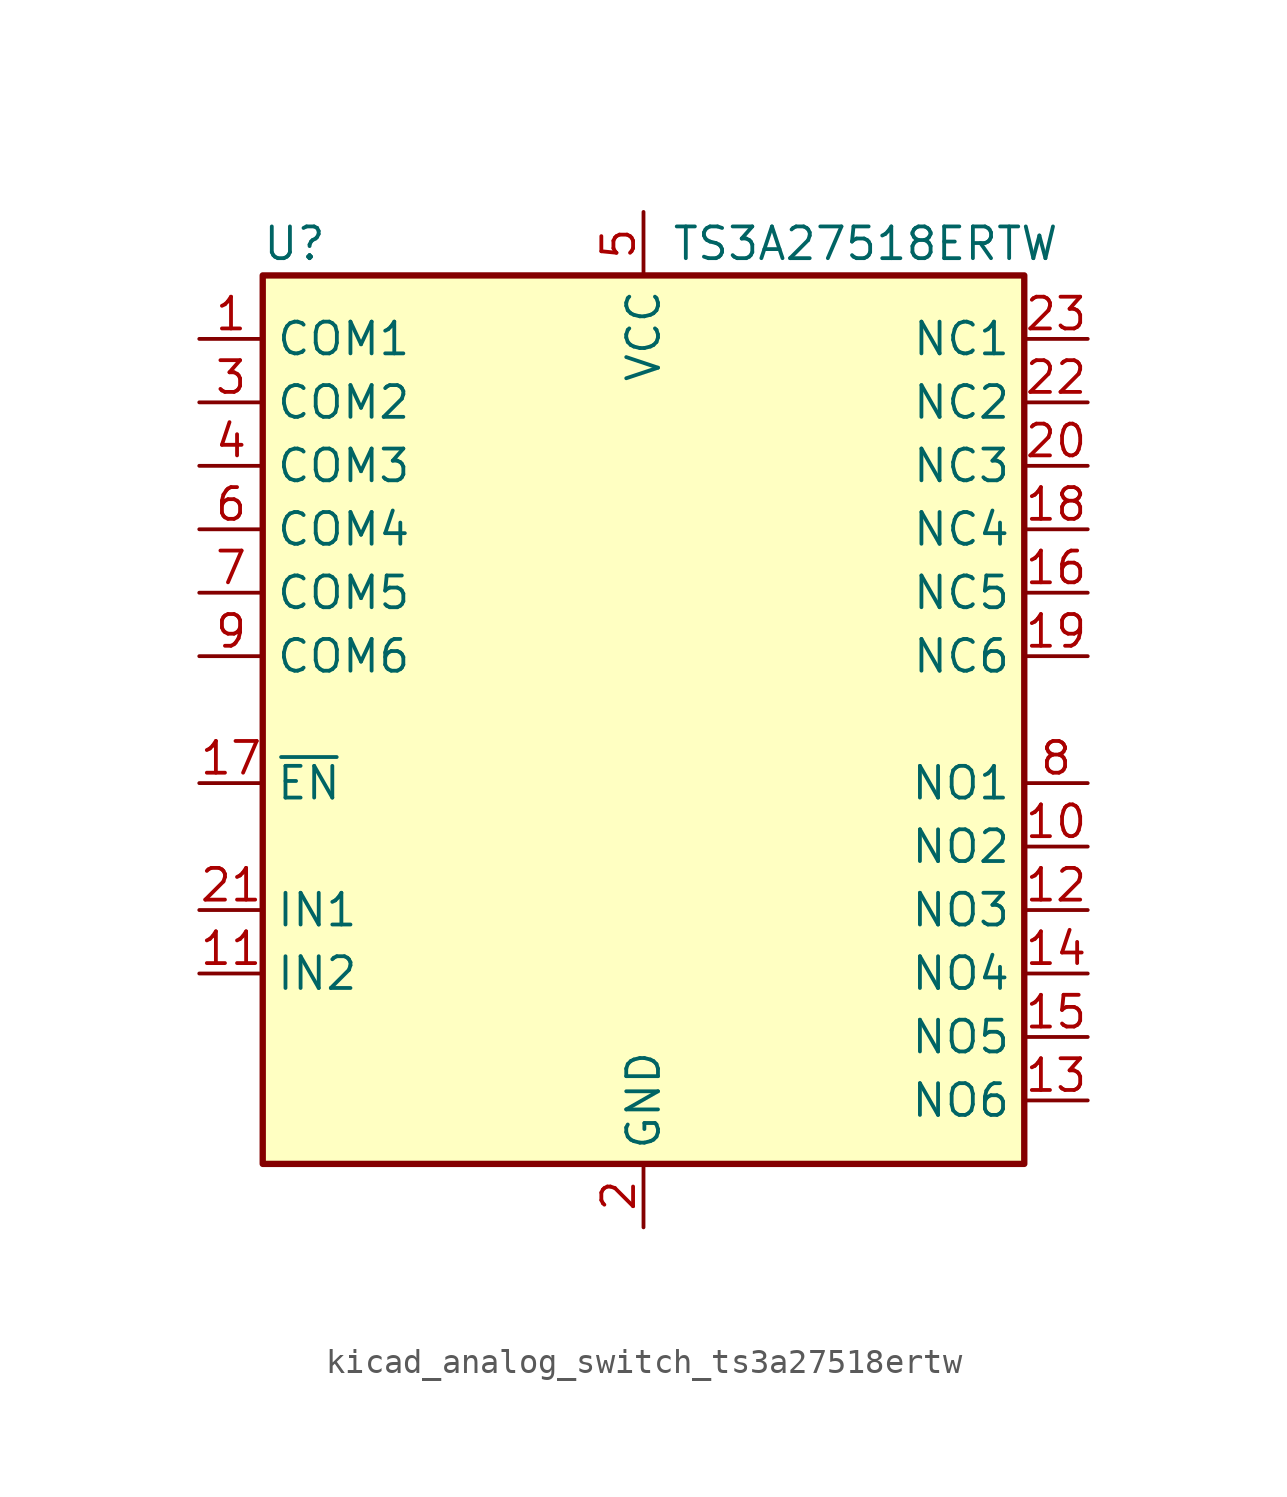
<source format=kicad_sym>
(kicad_symbol_lib
  (version 20220914)
  (generator kicad_symbol_editor)
  (symbol "kicad_analog_switch_ts3a27518ertw"
    (property "Reference" "U"
      (at -13.97 19.05 0)
      (effects (font (size 1.27 1.27))))
    (property "Value" "TS3A27518ERTW"
      (at 8.89 19.05 0)
      (effects (font (size 1.27 1.27))))
    (symbol "kicad_analog_switch_ts3a27518ertw_0_1"
      (rectangle (start 15.24 -17.78) (end -15.24 17.78) (stroke (width 0.254) (type default)) (fill (type background))))
    (symbol "kicad_analog_switch_ts3a27518ertw_1_1"
      (pin bidirectional line (at -17.78 15.24 0) (length 2.54) (name "COM1" (effects (font (size 1.27 1.27)))) (number "1" (effects (font (size 1.27 1.27)))))
      (pin bidirectional line (at 17.78 -5.08 180) (length 2.54) (name "NO2" (effects (font (size 1.27 1.27)))) (number "10" (effects (font (size 1.27 1.27)))))
      (pin input line (at -17.78 -10.16 0) (length 2.54) (name "IN2" (effects (font (size 1.27 1.27)))) (number "11" (effects (font (size 1.27 1.27)))))
      (pin bidirectional line (at 17.78 -7.62 180) (length 2.54) (name "NO3" (effects (font (size 1.27 1.27)))) (number "12" (effects (font (size 1.27 1.27)))))
      (pin bidirectional line (at 17.78 -15.24 180) (length 2.54) (name "NO6" (effects (font (size 1.27 1.27)))) (number "13" (effects (font (size 1.27 1.27)))))
      (pin bidirectional line (at 17.78 -10.16 180) (length 2.54) (name "NO4" (effects (font (size 1.27 1.27)))) (number "14" (effects (font (size 1.27 1.27)))))
      (pin bidirectional line (at 17.78 -12.7 180) (length 2.54) (name "NO5" (effects (font (size 1.27 1.27)))) (number "15" (effects (font (size 1.27 1.27)))))
      (pin bidirectional line (at 17.78 5.08 180) (length 2.54) (name "NC5" (effects (font (size 1.27 1.27)))) (number "16" (effects (font (size 1.27 1.27)))))
      (pin input line (at -17.78 -2.54 0) (length 2.54) (name "~{EN}" (effects (font (size 1.27 1.27)))) (number "17" (effects (font (size 1.27 1.27)))))
      (pin bidirectional line (at 17.78 7.62 180) (length 2.54) (name "NC4" (effects (font (size 1.27 1.27)))) (number "18" (effects (font (size 1.27 1.27)))))
      (pin bidirectional line (at 17.78 2.54 180) (length 2.54) (name "NC6" (effects (font (size 1.27 1.27)))) (number "19" (effects (font (size 1.27 1.27)))))
      (pin power_in line (at 0 -20.32 90) (length 2.54) (name "GND" (effects (font (size 1.27 1.27)))) (number "2" (effects (font (size 1.27 1.27)))))
      (pin bidirectional line (at 17.78 10.16 180) (length 2.54) (name "NC3" (effects (font (size 1.27 1.27)))) (number "20" (effects (font (size 1.27 1.27)))))
      (pin input line (at -17.78 -7.62 0) (length 2.54) (name "IN1" (effects (font (size 1.27 1.27)))) (number "21" (effects (font (size 1.27 1.27)))))
      (pin bidirectional line (at 17.78 12.7 180) (length 2.54) (name "NC2" (effects (font (size 1.27 1.27)))) (number "22" (effects (font (size 1.27 1.27)))))
      (pin bidirectional line (at 17.78 15.24 180) (length 2.54) (name "NC1" (effects (font (size 1.27 1.27)))) (number "23" (effects (font (size 1.27 1.27)))))
      (pin no_connect line (at -15.24 -15.24 0) (length 2.54) hide (name "N.C." (effects (font (size 1.27 1.27)))) (number "24" (effects (font (size 1.27 1.27)))))
      (pin passive line (at 0 -20.32 90) (length 2.54) hide (name "GND" (effects (font (size 1.27 1.27)))) (number "25" (effects (font (size 1.27 1.27)))))
      (pin bidirectional line (at -17.78 12.7 0) (length 2.54) (name "COM2" (effects (font (size 1.27 1.27)))) (number "3" (effects (font (size 1.27 1.27)))))
      (pin bidirectional line (at -17.78 10.16 0) (length 2.54) (name "COM3" (effects (font (size 1.27 1.27)))) (number "4" (effects (font (size 1.27 1.27)))))
      (pin power_in line (at 0 20.32 270) (length 2.54) (name "VCC" (effects (font (size 1.27 1.27)))) (number "5" (effects (font (size 1.27 1.27)))))
      (pin bidirectional line (at -17.78 7.62 0) (length 2.54) (name "COM4" (effects (font (size 1.27 1.27)))) (number "6" (effects (font (size 1.27 1.27)))))
      (pin bidirectional line (at -17.78 5.08 0) (length 2.54) (name "COM5" (effects (font (size 1.27 1.27)))) (number "7" (effects (font (size 1.27 1.27)))))
      (pin bidirectional line (at 17.78 -2.54 180) (length 2.54) (name "NO1" (effects (font (size 1.27 1.27)))) (number "8" (effects (font (size 1.27 1.27)))))
      (pin bidirectional line (at -17.78 2.54 0) (length 2.54) (name "COM6" (effects (font (size 1.27 1.27)))) (number "9" (effects (font (size 1.27 1.27))))))))
</source>
